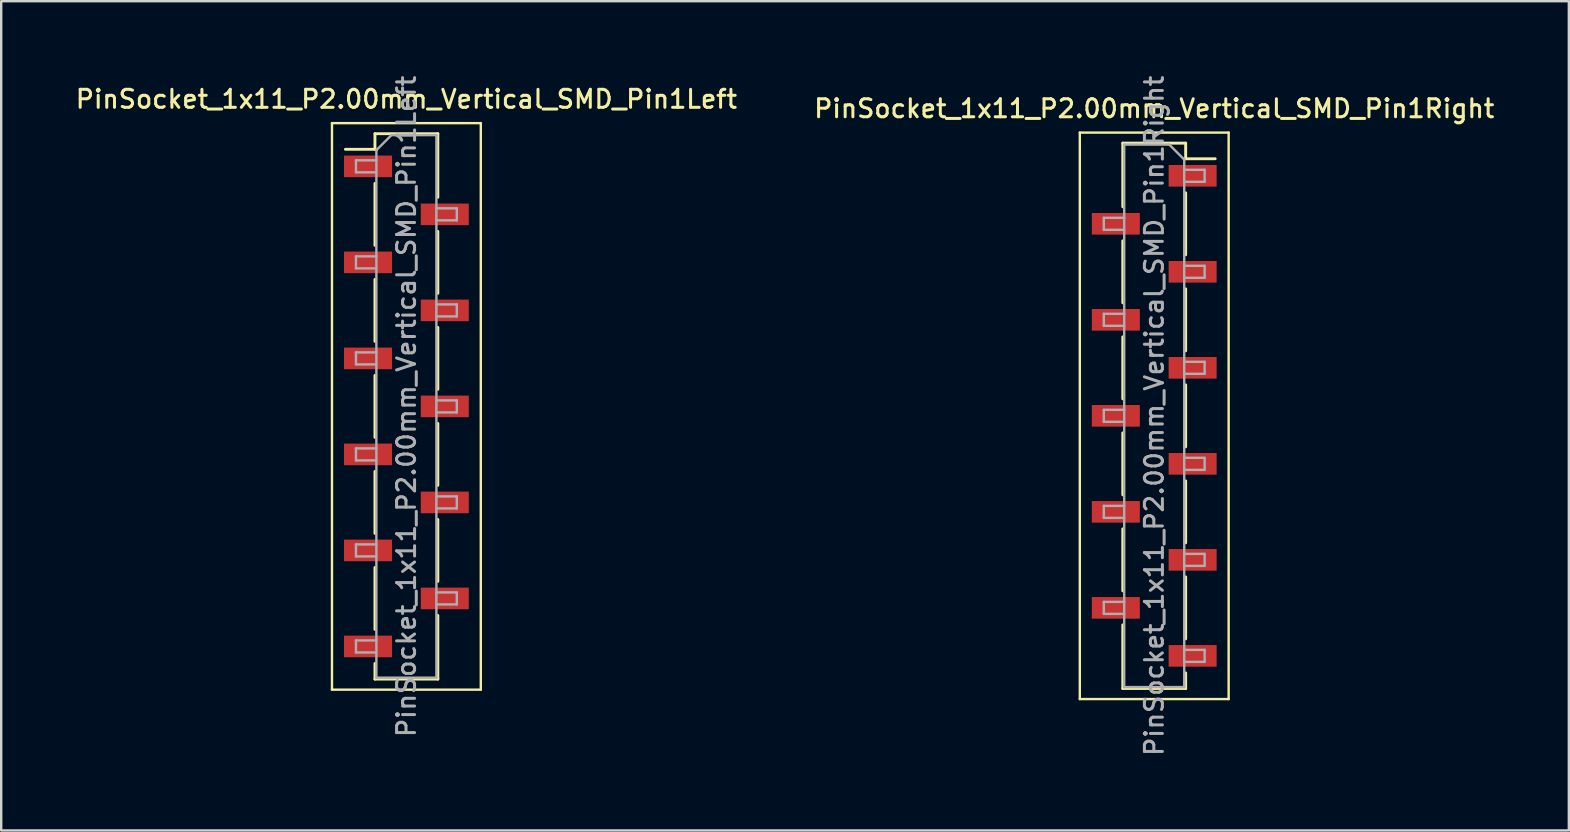
<source format=kicad_pcb>
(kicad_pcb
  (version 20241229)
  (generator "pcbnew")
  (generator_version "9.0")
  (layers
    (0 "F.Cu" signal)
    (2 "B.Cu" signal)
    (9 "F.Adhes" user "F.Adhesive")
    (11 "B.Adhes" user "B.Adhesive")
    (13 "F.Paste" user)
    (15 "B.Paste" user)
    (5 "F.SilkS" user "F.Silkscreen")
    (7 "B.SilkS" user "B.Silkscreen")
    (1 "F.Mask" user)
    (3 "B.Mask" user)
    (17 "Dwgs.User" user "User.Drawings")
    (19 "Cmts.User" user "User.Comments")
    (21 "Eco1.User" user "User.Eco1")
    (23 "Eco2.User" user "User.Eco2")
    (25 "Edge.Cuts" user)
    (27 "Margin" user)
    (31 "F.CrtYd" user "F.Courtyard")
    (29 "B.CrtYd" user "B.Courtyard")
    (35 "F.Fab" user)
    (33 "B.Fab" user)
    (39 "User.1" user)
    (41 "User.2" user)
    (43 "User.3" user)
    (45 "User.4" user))
  (footprint "PinSocket_1x11_P2.00mm_Vertical_SMD_Pin1Left"
    (layer "F.Cu")
    (at 13.88 13.88)
    (property "Reference" "PinSocket_1x11_P2.00mm_Vertical_SMD_Pin1Left" (at 0 -12.8 0) (layer "F.SilkS") (effects (font (size 0.75 0.75) (thickness 0.125))))
    (attr smd)
    (fp_line (start -3.1 -11.8) (end 3.1 -11.8) (stroke (width 0.1) (type solid)) (layer "F.SilkS"))
    (fp_line (start -3.1 11.8) (end -3.1 -11.8) (stroke (width 0.1) (type solid)) (layer "F.SilkS"))
    (fp_line (start -2.54 -10.71) (end -1.31 -10.71) (stroke (width 0.12) (type solid)) (layer "F.SilkS"))
    (fp_line (start -1.31 -11.36) (end -1.31 -10.71) (stroke (width 0.12) (type solid)) (layer "F.SilkS"))
    (fp_line (start -1.31 -11.36) (end 1.31 -11.36) (stroke (width 0.12) (type solid)) (layer "F.SilkS"))
    (fp_line (start -1.31 -9.29) (end -1.31 -6.71) (stroke (width 0.12) (type solid)) (layer "F.SilkS"))
    (fp_line (start -1.31 -5.29) (end -1.31 -2.71) (stroke (width 0.12) (type solid)) (layer "F.SilkS"))
    (fp_line (start -1.31 -1.29) (end -1.31 1.29) (stroke (width 0.12) (type solid)) (layer "F.SilkS"))
    (fp_line (start -1.31 2.71) (end -1.31 5.29) (stroke (width 0.12) (type solid)) (layer "F.SilkS"))
    (fp_line (start -1.31 6.71) (end -1.31 9.29) (stroke (width 0.12) (type solid)) (layer "F.SilkS"))
    (fp_line (start -1.31 10.71) (end -1.31 11.36) (stroke (width 0.12) (type solid)) (layer "F.SilkS"))
    (fp_line (start -1.31 11.36) (end 1.31 11.36) (stroke (width 0.12) (type solid)) (layer "F.SilkS"))
    (fp_line (start 1.31 -11.36) (end 1.31 -8.71) (stroke (width 0.12) (type solid)) (layer "F.SilkS"))
    (fp_line (start 1.31 -7.29) (end 1.31 -4.71) (stroke (width 0.12) (type solid)) (layer "F.SilkS"))
    (fp_line (start 1.31 -3.29) (end 1.31 -0.71) (stroke (width 0.12) (type solid)) (layer "F.SilkS"))
    (fp_line (start 1.31 0.71) (end 1.31 3.29) (stroke (width 0.12) (type solid)) (layer "F.SilkS"))
    (fp_line (start 1.31 4.71) (end 1.31 7.29) (stroke (width 0.12) (type solid)) (layer "F.SilkS"))
    (fp_line (start 1.31 8.71) (end 1.31 11.36) (stroke (width 0.12) (type solid)) (layer "F.SilkS"))
    (fp_line (start 3.1 -11.8) (end 3.1 11.8) (stroke (width 0.1) (type solid)) (layer "F.SilkS"))
    (fp_line (start 3.1 11.8) (end -3.1 11.8) (stroke (width 0.1) (type solid)) (layer "F.SilkS"))
    (fp_line (start -2.1 -10.25) (end -1.25 -10.25) (stroke (width 0.1) (type solid)) (layer "F.Fab"))
    (fp_line (start -2.1 -9.75) (end -2.1 -10.25) (stroke (width 0.1) (type solid)) (layer "F.Fab"))
    (fp_line (start -2.1 -6.25) (end -1.25 -6.25) (stroke (width 0.1) (type solid)) (layer "F.Fab"))
    (fp_line (start -2.1 -5.75) (end -2.1 -6.25) (stroke (width 0.1) (type solid)) (layer "F.Fab"))
    (fp_line (start -2.1 -2.25) (end -1.25 -2.25) (stroke (width 0.1) (type solid)) (layer "F.Fab"))
    (fp_line (start -2.1 -1.75) (end -2.1 -2.25) (stroke (width 0.1) (type solid)) (layer "F.Fab"))
    (fp_line (start -2.1 1.75) (end -1.25 1.75) (stroke (width 0.1) (type solid)) (layer "F.Fab"))
    (fp_line (start -2.1 2.25) (end -2.1 1.75) (stroke (width 0.1) (type solid)) (layer "F.Fab"))
    (fp_line (start -2.1 5.75) (end -1.25 5.75) (stroke (width 0.1) (type solid)) (layer "F.Fab"))
    (fp_line (start -2.1 6.25) (end -2.1 5.75) (stroke (width 0.1) (type solid)) (layer "F.Fab"))
    (fp_line (start -2.1 9.75) (end -1.25 9.75) (stroke (width 0.1) (type solid)) (layer "F.Fab"))
    (fp_line (start -2.1 10.25) (end -2.1 9.75) (stroke (width 0.1) (type solid)) (layer "F.Fab"))
    (fp_line (start -1.25 -10.675) (end -0.625 -11.3) (stroke (width 0.1) (type solid)) (layer "F.Fab"))
    (fp_line (start -1.25 -9.75) (end -2.1 -9.75) (stroke (width 0.1) (type solid)) (layer "F.Fab"))
    (fp_line (start -1.25 -5.75) (end -2.1 -5.75) (stroke (width 0.1) (type solid)) (layer "F.Fab"))
    (fp_line (start -1.25 -1.75) (end -2.1 -1.75) (stroke (width 0.1) (type solid)) (layer "F.Fab"))
    (fp_line (start -1.25 2.25) (end -2.1 2.25) (stroke (width 0.1) (type solid)) (layer "F.Fab"))
    (fp_line (start -1.25 6.25) (end -2.1 6.25) (stroke (width 0.1) (type solid)) (layer "F.Fab"))
    (fp_line (start -1.25 10.25) (end -2.1 10.25) (stroke (width 0.1) (type solid)) (layer "F.Fab"))
    (fp_line (start -1.25 11.3) (end -1.25 -10.675) (stroke (width 0.1) (type solid)) (layer "F.Fab"))
    (fp_line (start -0.625 -11.3) (end 1.25 -11.3) (stroke (width 0.1) (type solid)) (layer "F.Fab"))
    (fp_line (start 1.25 -11.3) (end 1.25 11.3) (stroke (width 0.1) (type solid)) (layer "F.Fab"))
    (fp_line (start 1.25 -8.25) (end 2.1 -8.25) (stroke (width 0.1) (type solid)) (layer "F.Fab"))
    (fp_line (start 1.25 -4.25) (end 2.1 -4.25) (stroke (width 0.1) (type solid)) (layer "F.Fab"))
    (fp_line (start 1.25 -0.25) (end 2.1 -0.25) (stroke (width 0.1) (type solid)) (layer "F.Fab"))
    (fp_line (start 1.25 3.75) (end 2.1 3.75) (stroke (width 0.1) (type solid)) (layer "F.Fab"))
    (fp_line (start 1.25 7.75) (end 2.1 7.75) (stroke (width 0.1) (type solid)) (layer "F.Fab"))
    (fp_line (start 1.25 11.3) (end -1.25 11.3) (stroke (width 0.1) (type solid)) (layer "F.Fab"))
    (fp_line (start 2.1 -8.25) (end 2.1 -7.75) (stroke (width 0.1) (type solid)) (layer "F.Fab"))
    (fp_line (start 2.1 -7.75) (end 1.25 -7.75) (stroke (width 0.1) (type solid)) (layer "F.Fab"))
    (fp_line (start 2.1 -4.25) (end 2.1 -3.75) (stroke (width 0.1) (type solid)) (layer "F.Fab"))
    (fp_line (start 2.1 -3.75) (end 1.25 -3.75) (stroke (width 0.1) (type solid)) (layer "F.Fab"))
    (fp_line (start 2.1 -0.25) (end 2.1 0.25) (stroke (width 0.1) (type solid)) (layer "F.Fab"))
    (fp_line (start 2.1 0.25) (end 1.25 0.25) (stroke (width 0.1) (type solid)) (layer "F.Fab"))
    (fp_line (start 2.1 3.75) (end 2.1 4.25) (stroke (width 0.1) (type solid)) (layer "F.Fab"))
    (fp_line (start 2.1 4.25) (end 1.25 4.25) (stroke (width 0.1) (type solid)) (layer "F.Fab"))
    (fp_line (start 2.1 7.75) (end 2.1 8.25) (stroke (width 0.1) (type solid)) (layer "F.Fab"))
    (fp_line (start 2.1 8.25) (end 1.25 8.25) (stroke (width 0.1) (type solid)) (layer "F.Fab"))
    (fp_text user "${REFERENCE}" (at 0 0 90) (layer "F.Fab") (effects (font (size 0.75 0.75) (thickness 0.125))))
    (pad "1" smd rect (at -1.6 -10) (size 2 0.9) (layers "F.Cu" "F.Mask" "F.Paste"))
    (pad "2" smd rect (at 1.6 -8) (size 2 0.9) (layers "F.Cu" "F.Mask" "F.Paste"))
    (pad "3" smd rect (at -1.6 -6) (size 2 0.9) (layers "F.Cu" "F.Mask" "F.Paste"))
    (pad "4" smd rect (at 1.6 -4) (size 2 0.9) (layers "F.Cu" "F.Mask" "F.Paste"))
    (pad "5" smd rect (at -1.6 -2) (size 2 0.9) (layers "F.Cu" "F.Mask" "F.Paste"))
    (pad "6" smd rect (at 1.6 0) (size 2 0.9) (layers "F.Cu" "F.Mask" "F.Paste"))
    (pad "7" smd rect (at -1.6 2) (size 2 0.9) (layers "F.Cu" "F.Mask" "F.Paste"))
    (pad "8" smd rect (at 1.6 4) (size 2 0.9) (layers "F.Cu" "F.Mask" "F.Paste"))
    (pad "9" smd rect (at -1.6 6) (size 2 0.9) (layers "F.Cu" "F.Mask" "F.Paste"))
    (pad "10" smd rect (at 1.6 8) (size 2 0.9) (layers "F.Cu" "F.Mask" "F.Paste"))
    (pad "11" smd rect (at -1.6 10) (size 2 0.9) (layers "F.Cu" "F.Mask" "F.Paste")))
  (footprint "PinSocket_1x11_P2.00mm_Vertical_SMD_Pin1Right"
    (layer "F.Cu")
    (at 45.034 14.273)
    (property "Reference" "PinSocket_1x11_P2.00mm_Vertical_SMD_Pin1Right" (at 0 -12.8 0) (layer "F.SilkS") (effects (font (size 0.75 0.75) (thickness 0.125))))
    (attr smd)
    (fp_line (start -3.1 -11.8) (end 3.1 -11.8) (stroke (width 0.1) (type solid)) (layer "F.SilkS"))
    (fp_line (start -3.1 11.8) (end -3.1 -11.8) (stroke (width 0.1) (type solid)) (layer "F.SilkS"))
    (fp_line (start -1.31 -11.36) (end -1.31 -8.71) (stroke (width 0.12) (type solid)) (layer "F.SilkS"))
    (fp_line (start -1.31 -11.36) (end 1.31 -11.36) (stroke (width 0.12) (type solid)) (layer "F.SilkS"))
    (fp_line (start -1.31 -7.29) (end -1.31 -4.71) (stroke (width 0.12) (type solid)) (layer "F.SilkS"))
    (fp_line (start -1.31 -3.29) (end -1.31 -0.71) (stroke (width 0.12) (type solid)) (layer "F.SilkS"))
    (fp_line (start -1.31 0.71) (end -1.31 3.29) (stroke (width 0.12) (type solid)) (layer "F.SilkS"))
    (fp_line (start -1.31 4.71) (end -1.31 7.29) (stroke (width 0.12) (type solid)) (layer "F.SilkS"))
    (fp_line (start -1.31 8.71) (end -1.31 11.36) (stroke (width 0.12) (type solid)) (layer "F.SilkS"))
    (fp_line (start -1.31 11.36) (end 1.31 11.36) (stroke (width 0.12) (type solid)) (layer "F.SilkS"))
    (fp_line (start 1.31 -11.36) (end 1.31 -10.71) (stroke (width 0.12) (type solid)) (layer "F.SilkS"))
    (fp_line (start 1.31 -10.71) (end 2.54 -10.71) (stroke (width 0.12) (type solid)) (layer "F.SilkS"))
    (fp_line (start 1.31 -9.29) (end 1.31 -6.71) (stroke (width 0.12) (type solid)) (layer "F.SilkS"))
    (fp_line (start 1.31 -5.29) (end 1.31 -2.71) (stroke (width 0.12) (type solid)) (layer "F.SilkS"))
    (fp_line (start 1.31 -1.29) (end 1.31 1.29) (stroke (width 0.12) (type solid)) (layer "F.SilkS"))
    (fp_line (start 1.31 2.71) (end 1.31 5.29) (stroke (width 0.12) (type solid)) (layer "F.SilkS"))
    (fp_line (start 1.31 6.71) (end 1.31 9.29) (stroke (width 0.12) (type solid)) (layer "F.SilkS"))
    (fp_line (start 1.31 10.71) (end 1.31 11.36) (stroke (width 0.12) (type solid)) (layer "F.SilkS"))
    (fp_line (start 3.1 -11.8) (end 3.1 11.8) (stroke (width 0.1) (type solid)) (layer "F.SilkS"))
    (fp_line (start 3.1 11.8) (end -3.1 11.8) (stroke (width 0.1) (type solid)) (layer "F.SilkS"))
    (fp_line (start -2.1 -8.25) (end -1.25 -8.25) (stroke (width 0.1) (type solid)) (layer "F.Fab"))
    (fp_line (start -2.1 -7.75) (end -2.1 -8.25) (stroke (width 0.1) (type solid)) (layer "F.Fab"))
    (fp_line (start -2.1 -4.25) (end -1.25 -4.25) (stroke (width 0.1) (type solid)) (layer "F.Fab"))
    (fp_line (start -2.1 -3.75) (end -2.1 -4.25) (stroke (width 0.1) (type solid)) (layer "F.Fab"))
    (fp_line (start -2.1 -0.25) (end -1.25 -0.25) (stroke (width 0.1) (type solid)) (layer "F.Fab"))
    (fp_line (start -2.1 0.25) (end -2.1 -0.25) (stroke (width 0.1) (type solid)) (layer "F.Fab"))
    (fp_line (start -2.1 3.75) (end -1.25 3.75) (stroke (width 0.1) (type solid)) (layer "F.Fab"))
    (fp_line (start -2.1 4.25) (end -2.1 3.75) (stroke (width 0.1) (type solid)) (layer "F.Fab"))
    (fp_line (start -2.1 7.75) (end -1.25 7.75) (stroke (width 0.1) (type solid)) (layer "F.Fab"))
    (fp_line (start -2.1 8.25) (end -2.1 7.75) (stroke (width 0.1) (type solid)) (layer "F.Fab"))
    (fp_line (start -1.25 -11.3) (end 0.625 -11.3) (stroke (width 0.1) (type solid)) (layer "F.Fab"))
    (fp_line (start -1.25 -7.75) (end -2.1 -7.75) (stroke (width 0.1) (type solid)) (layer "F.Fab"))
    (fp_line (start -1.25 -3.75) (end -2.1 -3.75) (stroke (width 0.1) (type solid)) (layer "F.Fab"))
    (fp_line (start -1.25 0.25) (end -2.1 0.25) (stroke (width 0.1) (type solid)) (layer "F.Fab"))
    (fp_line (start -1.25 4.25) (end -2.1 4.25) (stroke (width 0.1) (type solid)) (layer "F.Fab"))
    (fp_line (start -1.25 8.25) (end -2.1 8.25) (stroke (width 0.1) (type solid)) (layer "F.Fab"))
    (fp_line (start -1.25 11.3) (end -1.25 -11.3) (stroke (width 0.1) (type solid)) (layer "F.Fab"))
    (fp_line (start 0.625 -11.3) (end 1.25 -10.675) (stroke (width 0.1) (type solid)) (layer "F.Fab"))
    (fp_line (start 1.25 -10.675) (end 1.25 11.3) (stroke (width 0.1) (type solid)) (layer "F.Fab"))
    (fp_line (start 1.25 -10.25) (end 2.1 -10.25) (stroke (width 0.1) (type solid)) (layer "F.Fab"))
    (fp_line (start 1.25 -6.25) (end 2.1 -6.25) (stroke (width 0.1) (type solid)) (layer "F.Fab"))
    (fp_line (start 1.25 -2.25) (end 2.1 -2.25) (stroke (width 0.1) (type solid)) (layer "F.Fab"))
    (fp_line (start 1.25 1.75) (end 2.1 1.75) (stroke (width 0.1) (type solid)) (layer "F.Fab"))
    (fp_line (start 1.25 5.75) (end 2.1 5.75) (stroke (width 0.1) (type solid)) (layer "F.Fab"))
    (fp_line (start 1.25 9.75) (end 2.1 9.75) (stroke (width 0.1) (type solid)) (layer "F.Fab"))
    (fp_line (start 1.25 11.3) (end -1.25 11.3) (stroke (width 0.1) (type solid)) (layer "F.Fab"))
    (fp_line (start 2.1 -10.25) (end 2.1 -9.75) (stroke (width 0.1) (type solid)) (layer "F.Fab"))
    (fp_line (start 2.1 -9.75) (end 1.25 -9.75) (stroke (width 0.1) (type solid)) (layer "F.Fab"))
    (fp_line (start 2.1 -6.25) (end 2.1 -5.75) (stroke (width 0.1) (type solid)) (layer "F.Fab"))
    (fp_line (start 2.1 -5.75) (end 1.25 -5.75) (stroke (width 0.1) (type solid)) (layer "F.Fab"))
    (fp_line (start 2.1 -2.25) (end 2.1 -1.75) (stroke (width 0.1) (type solid)) (layer "F.Fab"))
    (fp_line (start 2.1 -1.75) (end 1.25 -1.75) (stroke (width 0.1) (type solid)) (layer "F.Fab"))
    (fp_line (start 2.1 1.75) (end 2.1 2.25) (stroke (width 0.1) (type solid)) (layer "F.Fab"))
    (fp_line (start 2.1 2.25) (end 1.25 2.25) (stroke (width 0.1) (type solid)) (layer "F.Fab"))
    (fp_line (start 2.1 5.75) (end 2.1 6.25) (stroke (width 0.1) (type solid)) (layer "F.Fab"))
    (fp_line (start 2.1 6.25) (end 1.25 6.25) (stroke (width 0.1) (type solid)) (layer "F.Fab"))
    (fp_line (start 2.1 9.75) (end 2.1 10.25) (stroke (width 0.1) (type solid)) (layer "F.Fab"))
    (fp_line (start 2.1 10.25) (end 1.25 10.25) (stroke (width 0.1) (type solid)) (layer "F.Fab"))
    (fp_text user "${REFERENCE}" (at 0 0 90) (layer "F.Fab") (effects (font (size 0.75 0.75) (thickness 0.125))))
    (pad "1" smd rect (at 1.6 -10) (size 2 0.9) (layers "F.Cu" "F.Mask" "F.Paste"))
    (pad "2" smd rect (at -1.6 -8) (size 2 0.9) (layers "F.Cu" "F.Mask" "F.Paste"))
    (pad "3" smd rect (at 1.6 -6) (size 2 0.9) (layers "F.Cu" "F.Mask" "F.Paste"))
    (pad "4" smd rect (at -1.6 -4) (size 2 0.9) (layers "F.Cu" "F.Mask" "F.Paste"))
    (pad "5" smd rect (at 1.6 -2) (size 2 0.9) (layers "F.Cu" "F.Mask" "F.Paste"))
    (pad "6" smd rect (at -1.6 0) (size 2 0.9) (layers "F.Cu" "F.Mask" "F.Paste"))
    (pad "7" smd rect (at 1.6 2) (size 2 0.9) (layers "F.Cu" "F.Mask" "F.Paste"))
    (pad "8" smd rect (at -1.6 4) (size 2 0.9) (layers "F.Cu" "F.Mask" "F.Paste"))
    (pad "9" smd rect (at 1.6 6) (size 2 0.9) (layers "F.Cu" "F.Mask" "F.Paste"))
    (pad "10" smd rect (at -1.6 8) (size 2 0.9) (layers "F.Cu" "F.Mask" "F.Paste"))
    (pad "11" smd rect (at 1.6 10) (size 2 0.9) (layers "F.Cu" "F.Mask" "F.Paste")))
  (gr_rect
    (start -3 -3)
    (end 62.307 31.546)
    (stroke (width 0.1) (type default))
    (fill no)
    (layer "Edge.Cuts")))
</source>
